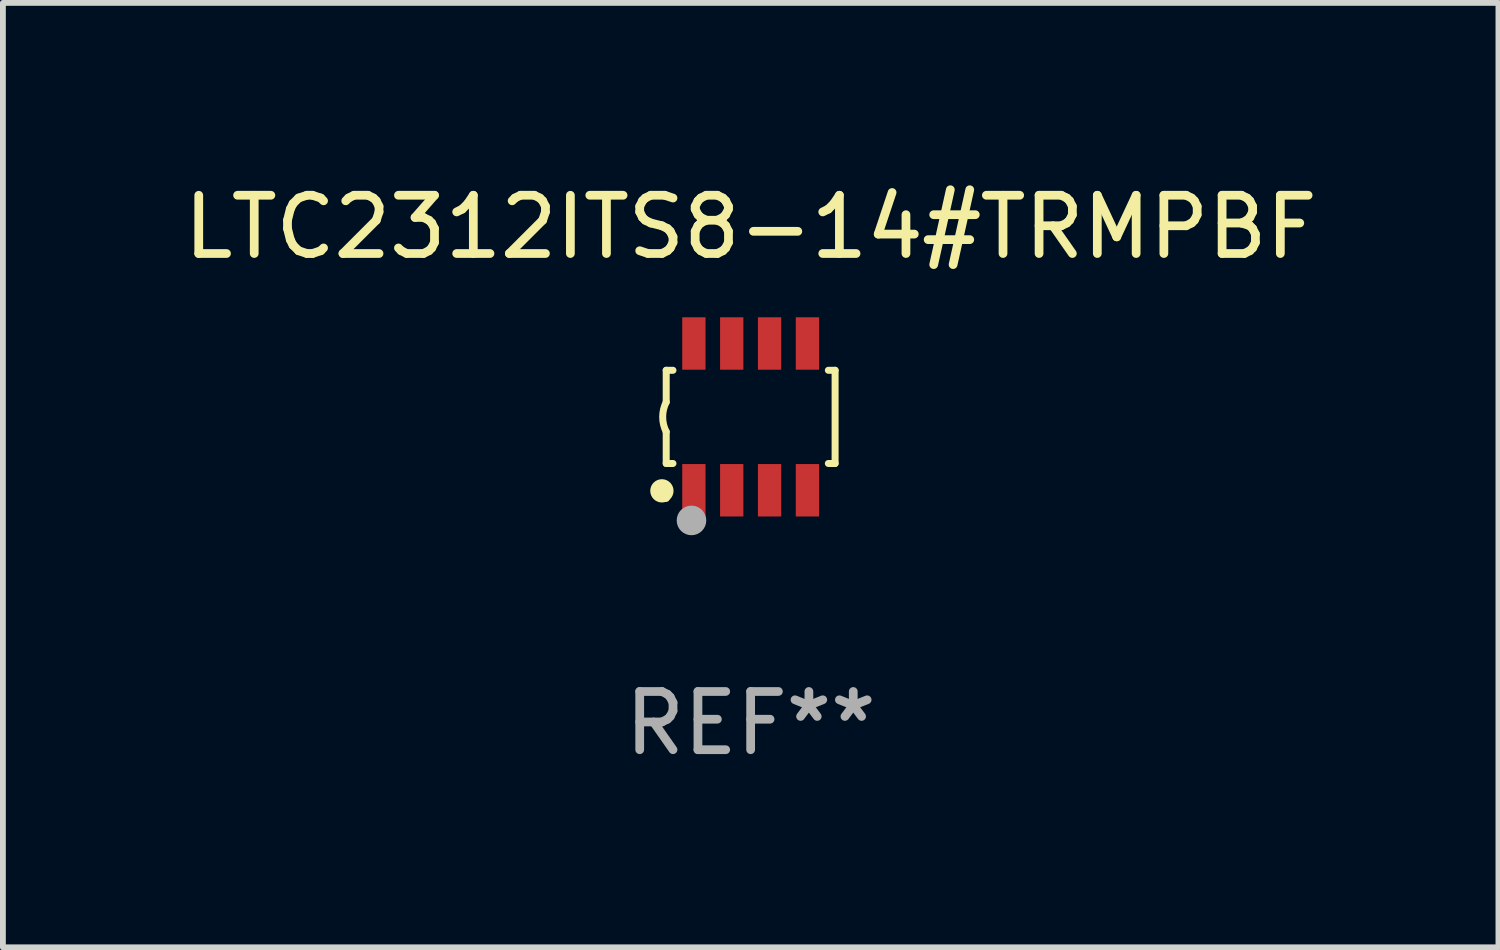
<source format=kicad_pcb>
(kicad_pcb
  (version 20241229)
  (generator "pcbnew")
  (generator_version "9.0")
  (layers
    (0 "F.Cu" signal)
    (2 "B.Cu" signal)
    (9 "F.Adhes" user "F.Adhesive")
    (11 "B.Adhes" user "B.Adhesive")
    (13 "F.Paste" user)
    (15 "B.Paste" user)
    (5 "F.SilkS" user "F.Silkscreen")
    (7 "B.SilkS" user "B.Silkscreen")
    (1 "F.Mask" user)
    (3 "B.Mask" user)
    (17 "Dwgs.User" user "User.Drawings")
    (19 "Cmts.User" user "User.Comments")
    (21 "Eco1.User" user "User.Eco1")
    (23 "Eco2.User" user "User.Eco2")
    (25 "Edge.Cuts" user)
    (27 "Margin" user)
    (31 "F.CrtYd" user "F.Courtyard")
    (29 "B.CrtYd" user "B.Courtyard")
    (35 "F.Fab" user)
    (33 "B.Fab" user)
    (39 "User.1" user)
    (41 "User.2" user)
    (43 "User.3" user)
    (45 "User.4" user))
  (footprint "LTC2312ITS8-14#TRMPBF"
    (layer "F.Cu")
    (at 9.839 4.108)
    (property "Reference" "LTC2312ITS8-14#TRMPBF" (at 0 -3.26 0) (layer "F.SilkS") (effects (font (size 1 1) (thickness 0.15))))
    (attr through_hole)
    (fp_line (start -1.45 -0.8) (end -1.45 -0.254) (stroke (width 0.12) (type solid)) (layer "F.SilkS"))
    (fp_line (start -1.45 -0.8) (end -1.334 -0.8) (stroke (width 0.12) (type solid)) (layer "F.SilkS"))
    (fp_line (start -1.45 0.8) (end -1.45 0.254) (stroke (width 0.12) (type solid)) (layer "F.SilkS"))
    (fp_line (start -1.45 0.8) (end -1.334 0.8) (stroke (width 0.12) (type solid)) (layer "F.SilkS"))
    (fp_line (start 1.334 -0.8) (end 1.45 -0.8) (stroke (width 0.12) (type solid)) (layer "F.SilkS"))
    (fp_line (start 1.334 0.8) (end 1.45 0.8) (stroke (width 0.12) (type solid)) (layer "F.SilkS"))
    (fp_line (start 1.45 0.8) (end 1.45 -0.8) (stroke (width 0.12) (type solid)) (layer "F.SilkS"))
    (fp_arc (start -1.45075 0.255144) (mid -1.510605 0.000434) (end -1.450013 -0.254102) (stroke (width 0.11999) (type solid)) (layer "F.SilkS"))
    (fp_circle (center -1.524 1.27) (end -1.424 1.27) (stroke (width 0.2) (type solid)) (fill no) (layer "F.SilkS"))
    (fp_circle (center -1.45 1.4) (end -1.42 1.4) (stroke (width 0.06) (type solid)) (fill no) (layer "F.SilkS"))
    (fp_circle (center -1.016 1.778) (end -0.889 1.778) (stroke (width 0.254) (type solid)) (fill no) (layer "F.Fab"))
    (fp_text user "REF**" (at 0 5.26 0) (layer "F.Fab") (effects (font (size 1 1) (thickness 0.15))))
    (pad "1" smd rect (at -0.975 1.26) (size 0.4 0.9) (layers "F.Cu" "F.Mask" "F.Paste"))
    (pad "2" smd rect (at -0.325 1.26) (size 0.4 0.9) (layers "F.Cu" "F.Mask" "F.Paste"))
    (pad "3" smd rect (at 0.325 1.26) (size 0.4 0.9) (layers "F.Cu" "F.Mask" "F.Paste"))
    (pad "4" smd rect (at 0.975 1.26) (size 0.4 0.9) (layers "F.Cu" "F.Mask" "F.Paste"))
    (pad "5" smd rect (at 0.975 -1.26) (size 0.4 0.9) (layers "F.Cu" "F.Mask" "F.Paste"))
    (pad "6" smd rect (at 0.325 -1.26) (size 0.4 0.9) (layers "F.Cu" "F.Mask" "F.Paste"))
    (pad "7" smd rect (at -0.325 -1.26) (size 0.4 0.9) (layers "F.Cu" "F.Mask" "F.Paste"))
    (pad "8" smd rect (at -0.975 -1.26) (size 0.4 0.9) (layers "F.Cu" "F.Mask" "F.Paste")))
  (gr_rect
    (start -3 -3)
    (end 22.679 13.216)
    (stroke (width 0.1) (type default))
    (fill no)
    (layer "Edge.Cuts")))
</source>
